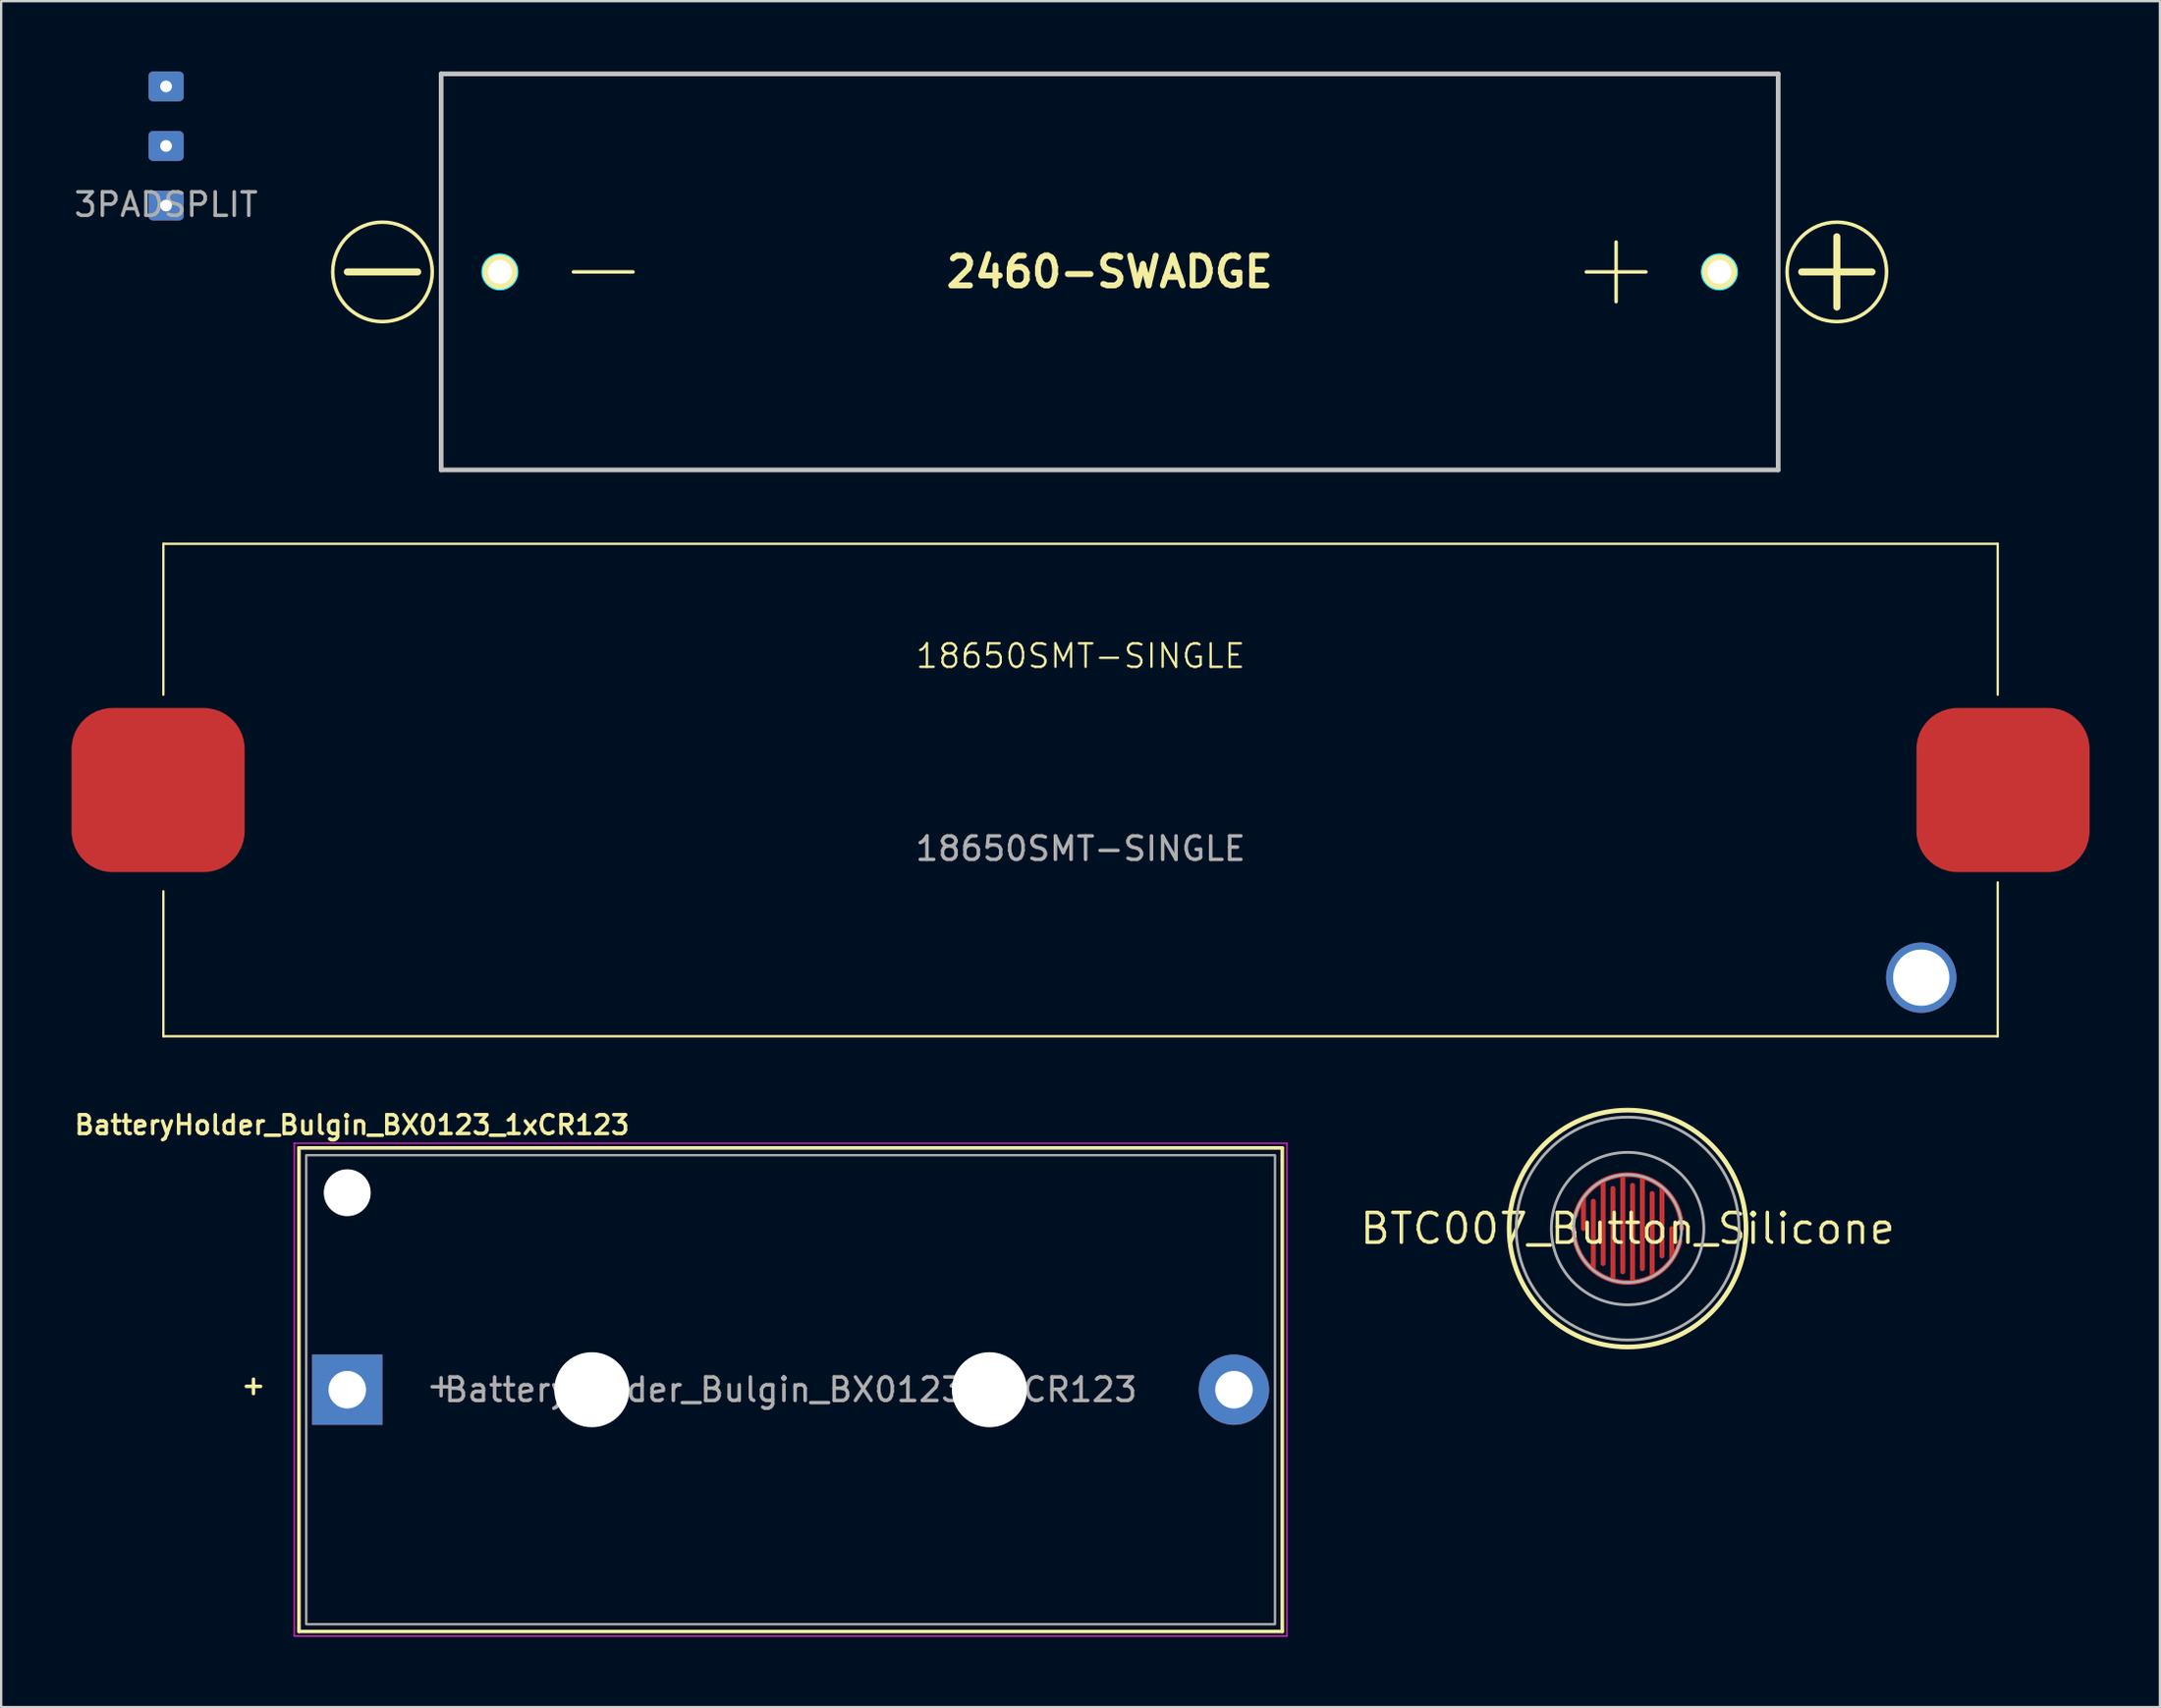
<source format=kicad_pcb>
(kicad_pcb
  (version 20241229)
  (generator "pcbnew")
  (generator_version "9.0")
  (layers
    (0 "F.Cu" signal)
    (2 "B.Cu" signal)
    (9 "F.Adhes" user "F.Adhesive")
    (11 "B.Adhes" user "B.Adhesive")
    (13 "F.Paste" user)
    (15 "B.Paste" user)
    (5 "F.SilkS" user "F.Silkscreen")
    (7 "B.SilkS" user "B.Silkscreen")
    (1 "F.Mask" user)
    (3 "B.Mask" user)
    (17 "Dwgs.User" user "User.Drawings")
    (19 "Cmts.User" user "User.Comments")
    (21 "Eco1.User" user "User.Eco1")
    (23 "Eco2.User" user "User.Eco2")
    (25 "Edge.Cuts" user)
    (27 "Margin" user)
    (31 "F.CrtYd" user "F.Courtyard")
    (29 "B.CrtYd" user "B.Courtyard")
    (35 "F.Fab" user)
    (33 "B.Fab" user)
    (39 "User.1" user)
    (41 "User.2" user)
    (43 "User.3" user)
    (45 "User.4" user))
  (footprint "18650SMT-SINGLE"
    (layer "F.Cu")
    (at 43.015 30.64)
    (property "Reference" "18650SMT-SINGLE" (at 0 -5.715 0) (unlocked yes) (layer "F.SilkS") (effects (font (size 1 1) (thickness 0.1))))
    (attr smd)
    (fp_line (start -39.1 -10.5) (end -39.1 -4.064) (stroke (width 0.1) (type default)) (layer "F.SilkS"))
    (fp_line (start -39.1 -10.5) (end 39.1 -10.5) (stroke (width 0.1) (type default)) (layer "F.SilkS"))
    (fp_line (start -39.1 10.5) (end -39.1 4.318) (stroke (width 0.1) (type default)) (layer "F.SilkS"))
    (fp_line (start -39.1 10.5) (end 39.1 10.5) (stroke (width 0.1) (type default)) (layer "F.SilkS"))
    (fp_line (start 39.1 -10.5) (end 39.1 -4.064) (stroke (width 0.1) (type default)) (layer "F.SilkS"))
    (fp_line (start 39.1 10.5) (end 39.1 3.937) (stroke (width 0.1) (type default)) (layer "F.SilkS"))
    (fp_text user "${REFERENCE}" (at 0 2.5 0) (unlocked yes) (layer "F.Fab") (effects (font (size 1 1) (thickness 0.15))))
    (pad "" np_thru_hole circle (at 35.84 8) (size 3 3) (drill 2.4) (layers "*.Cu" "*.Mask"))
    (pad "1" smd roundrect (at 39.325 0) (size 7.38 7) (layers "F.Cu" "F.Mask" "F.Paste") (roundrect_rratio 0.25))
    (pad "2" smd roundrect (at -39.325 0) (size 7.38 7) (layers "F.Cu" "F.Mask" "F.Paste") (roundrect_rratio 0.25)))
  (footprint "2460-SWADGE"
    (layer "F.Cu")
    (at 44.256 8.545)
    (property "Reference" "2460-SWADGE" (at 0 0 0) (layer "F.SilkS") (effects (font (size 1.27 1.27) (thickness 0.254))))
    (attr through_hole)
    (fp_line (start -32.5 0) (end -29.5 0) (stroke (width 0.3) (type solid)) (layer "F.SilkS"))
    (fp_line (start -28.5 -8.445) (end 28.5 -8.445) (stroke (width 0.1) (type solid)) (layer "F.SilkS"))
    (fp_line (start -28.5 8.445) (end -28.5 -8.445) (stroke (width 0.1) (type solid)) (layer "F.SilkS"))
    (fp_line (start -22.86 0) (end -20.32 0) (stroke (width 0.15) (type solid)) (layer "F.SilkS"))
    (fp_line (start 20.32 0) (end 22.86 0) (stroke (width 0.15) (type solid)) (layer "F.SilkS"))
    (fp_line (start 21.59 -1.27) (end 21.59 1.27) (stroke (width 0.15) (type solid)) (layer "F.SilkS"))
    (fp_line (start 28.5 -8.445) (end 28.5 8.445) (stroke (width 0.1) (type solid)) (layer "F.SilkS"))
    (fp_line (start 28.5 8.445) (end -28.5 8.445) (stroke (width 0.1) (type solid)) (layer "F.SilkS"))
    (fp_line (start 29.5 0) (end 32.5 0) (stroke (width 0.3) (type solid)) (layer "F.SilkS"))
    (fp_line (start 31 -1.5) (end 31 1.5) (stroke (width 0.3) (type solid)) (layer "F.SilkS"))
    (fp_circle (center -31 0) (end -28.879 0) (stroke (width 0.15) (type solid)) (fill no) (layer "F.SilkS"))
    (fp_circle (center 31 0) (end 33.121 0) (stroke (width 0.15) (type solid)) (fill no) (layer "F.SilkS"))
    (fp_line (start -28.5 -8.445) (end 28.5 -8.445) (stroke (width 0.2) (type solid)) (layer "Dwgs.User"))
    (fp_line (start -28.5 8.445) (end -28.5 -8.445) (stroke (width 0.2) (type solid)) (layer "Dwgs.User"))
    (fp_line (start 28.5 -8.445) (end 28.5 8.445) (stroke (width 0.2) (type solid)) (layer "Dwgs.User"))
    (fp_line (start 28.5 8.445) (end -28.5 8.445) (stroke (width 0.2) (type solid)) (layer "Dwgs.User"))
    (fp_circle (center -25.995 0) (end -25.23 0) (stroke (width 0.05) (type default)) (fill no) (layer "B.CrtYd"))
    (fp_circle (center 25.995 0) (end 26.76 0) (stroke (width 0.05) (type default)) (fill no) (layer "B.CrtYd"))
    (fp_rect (start -28.5 -8.445) (end 28.5 8.445) (stroke (width 0.05) (type default)) (fill no) (layer "F.CrtYd"))
    (pad "1" thru_hole circle (at 25.995 0 90) (size 1.53 1.53) (drill 1.02) (layers "*.Cu" "*.Mask" "F.SilkS"))
    (pad "2" thru_hole circle (at -25.995 0 90) (size 1.53 1.53) (drill 1.02) (layers "*.Cu" "*.Mask" "F.SilkS")))
  (footprint "BTC007_Button_Silicone"
    (layer "F.Cu")
    (at 66.337 49.34)
    (property "Reference" "BTC007_Button_Silicone" (at 0 0 0) (layer "F.SilkS") (effects (font (size 1.27 1.27) (thickness 0.15))))
    (attr through_hole)
    (fp_circle (center 0 0) (end 2.35 0) (stroke (width 0.12) (type solid)) (fill yes) (layer "F.Mask"))
    (fp_circle (center 0 0) (end 5.05 0) (stroke (width 0.2) (type solid)) (fill no) (layer "F.SilkS"))
    (fp_circle (center 0 0) (end 2.3 0) (stroke (width 0.12) (type solid)) (fill no) (layer "F.Fab"))
    (fp_circle (center 0 0) (end 3.25 0) (stroke (width 0.12) (type solid)) (fill no) (layer "F.Fab"))
    (fp_circle (center 0 0) (end 4.75 0) (stroke (width 0.12) (type solid)) (fill no) (layer "F.Fab"))
    (pad "1" smd custom (at 0 -2.3) (size 0.2 0.2) (layers "F.Cu") (options (anchor circle)) (primitives (gr_line (start 2.3 2.298) (end 2.288 2.069) (width 0.21)) (gr_line (start 2.288 2.069) (end 2.254 1.841) (width 0.21)) (gr_line (start 2.254 1.841) (end 2.197 1.619) (width 0.21)) (gr_line (start 2.197 1.619) (end 2.118 1.403) (width 0.21)) (gr_line (start 2.118 1.403) (end 2.018 1.196) (width 0.21)) (gr_line (start 2.018 1.196) (end 1.897 1) (width 0.21)) (gr_line (start 1.897 1) (end 1.758 0.817) (width 0.21)) (gr_line (start 1.758 0.817) (end 1.601 0.649) (width 0.21)) (gr_line (start 1.601 0.649) (end 1.428 0.497) (width 0.21)) (gr_line (start 1.428 0.497) (end 1.241 0.364) (width 0.21)) (gr_line (start 1.241 0.364) (end 1.042 0.249) (width 0.21)) (gr_line (start 1.042 0.249) (end 0.832 0.156) (width 0.21)) (gr_line (start 0.832 0.156) (end 0.613 0.083) (width 0.21)) (gr_line (start 0.613 0.083) (end 0.389 0.033) (width 0.21)) (gr_line (start 0.389 0.033) (end 0.161 0.006) (width 0.21)) (gr_line (start 0.161 0.006) (end -0.069 0.001) (width 0.21)) (gr_line (start -0.069 0.001) (end -0.298 0.019) (width 0.21)) (gr_line (start -0.298 0.019) (end -0.524 0.061) (width 0.21)) (gr_line (start -0.524 0.061) (end -0.745 0.124) (width 0.21)) (gr_line (start -0.745 0.124) (end -0.959 0.209) (width 0.21)) (gr_line (start -0.959 0.209) (end -1.163 0.316) (width 0.21)) (gr_line (start -1.163 0.316) (end -1.355 0.442) (width 0.21)) (gr_line (start -1.355 0.442) (end -1.534 0.586) (width 0.21)) (gr_line (start -1.534 0.586) (end -1.697 0.748) (width 0.21)) (gr_line (start -1.697 0.748) (end -1.844 0.925) (width 0.21)) (gr_line (start -1.844 0.925) (end -1.972 1.116) (width 0.21)) (gr_line (start -1.972 1.116) (end -2.08 1.319) (width 0.21)) (gr_line (start -2.08 1.319) (end -2.168 1.531) (width 0.21)) (gr_line (start -2.168 1.531) (end -2.234 1.752) (width 0.21)) (gr_line (start 1.464 0.526) (end 1.464 3.468) (width 0.21)) (gr_line (start 0.627 0.087) (end 0.627 4.012) (width 0.21)) (gr_line (start -0.209 0.01) (end -0.209 4.144) (width 0.21)) (gr_line (start -1.045 0.251) (end -1.045 3.795) (width 0.21)) (gr_line (start -1.882 0.978) (end -1.882 2.3) (width 0.21))))
    (pad "2" smd custom (at 0 2.3) (size 0.2 0.2) (layers "F.Cu") (options (anchor circle)) (primitives (gr_line (start -2.3 -2.298) (end -2.288 -2.069) (width 0.21)) (gr_line (start -2.288 -2.069) (end -2.254 -1.841) (width 0.21)) (gr_line (start -2.254 -1.841) (end -2.197 -1.619) (width 0.21)) (gr_line (start -2.197 -1.619) (end -2.118 -1.403) (width 0.21)) (gr_line (start -2.118 -1.403) (end -2.018 -1.196) (width 0.21)) (gr_line (start -2.018 -1.196) (end -1.897 -1) (width 0.21)) (gr_line (start -1.897 -1) (end -1.758 -0.817) (width 0.21)) (gr_line (start -1.758 -0.817) (end -1.601 -0.649) (width 0.21)) (gr_line (start -1.601 -0.649) (end -1.428 -0.497) (width 0.21)) (gr_line (start -1.428 -0.497) (end -1.241 -0.364) (width 0.21)) (gr_line (start -1.241 -0.364) (end -1.042 -0.249) (width 0.21)) (gr_line (start -1.042 -0.249) (end -0.832 -0.156) (width 0.21)) (gr_line (start -0.832 -0.156) (end -0.613 -0.083) (width 0.21)) (gr_line (start -0.613 -0.083) (end -0.389 -0.033) (width 0.21)) (gr_line (start -0.389 -0.033) (end -0.161 -0.006) (width 0.21)) (gr_line (start -0.161 -0.006) (end 0.069 -0.001) (width 0.21)) (gr_line (start 0.069 -0.001) (end 0.298 -0.019) (width 0.21)) (gr_line (start 0.298 -0.019) (end 0.524 -0.061) (width 0.21)) (gr_line (start 0.524 -0.061) (end 0.745 -0.124) (width 0.21)) (gr_line (start 0.745 -0.124) (end 0.959 -0.209) (width 0.21)) (gr_line (start 0.959 -0.209) (end 1.163 -0.316) (width 0.21)) (gr_line (start 1.163 -0.316) (end 1.355 -0.442) (width 0.21)) (gr_line (start 1.355 -0.442) (end 1.534 -0.586) (width 0.21)) (gr_line (start 1.534 -0.586) (end 1.697 -0.748) (width 0.21)) (gr_line (start 1.697 -0.748) (end 1.844 -0.925) (width 0.21)) (gr_line (start 1.844 -0.925) (end 1.972 -1.116) (width 0.21)) (gr_line (start 1.972 -1.116) (end 2.08 -1.319) (width 0.21)) (gr_line (start 2.08 -1.319) (end 2.168 -1.531) (width 0.21)) (gr_line (start 2.168 -1.531) (end 2.234 -1.752) (width 0.21)) (gr_line (start -1.464 -0.526) (end -1.464 -3.468) (width 0.21)) (gr_line (start -0.627 -0.087) (end -0.627 -4.012) (width 0.21)) (gr_line (start 0.209 -0.01) (end 0.209 -4.144) (width 0.21)) (gr_line (start 1.045 -0.251) (end 1.045 -3.795) (width 0.21)) (gr_line (start 1.882 -0.978) (end 1.882 -2.3) (width 0.21))))
    (zone (net_name "") (layer "F.Cu") (hatch edge 0.5) (connect_pads) (min_thickness 0.25) (filled_areas_thickness no) (keepout (tracks allowed) (vias allowed) (pads allowed) (copperpour not_allowed) (footprints allowed)) (placement (enabled no)) (fill) (polygon (pts (xy 63.217 50.27) (xy 63.097 49.06) (xy 63.337 48.08) (xy 63.737 47.38) (xy 64.147 46.9) (xy 64.837 46.45) (xy 65.657 46.15) (xy 66.287 46.11) (xy 67.007 46.16) (xy 67.797 46.42) (xy 68.317 46.74) (xy 68.867 47.28) (xy 69.297 47.92) (xy 69.557 48.78) (xy 69.567 49.81) (xy 69.297 50.78) (xy 68.777 51.54) (xy 67.947 52.17) (xy 67.087 52.52) (xy 66.307 52.6) (xy 65.517 52.49) (xy 64.757 52.18) (xy 64.177 51.78) (xy 63.607 51.11)))))
  (footprint "3PADSPLIT"
    (layer "F.Cu")
    (at 4.03 3.175)
    (property "Reference" "3PADSPLIT" (at 0 -0.5 0) (unlocked yes) (layer "User.4") (effects (font (size 1 1) (thickness 0.1))))
    (attr smd)
    (fp_text user "${REFERENCE}" (at 0 2.5 0) (unlocked yes) (layer "F.Fab") (effects (font (size 1 1) (thickness 0.15))))
    (pad "1" thru_hole roundrect (at 0 -2.54) (size 1.5 1.27) (drill 0.5) (layers "*.Cu" "*.Mask") (roundrect_rratio 0.15))
    (pad "2" thru_hole roundrect (at 0 0) (size 1.5 1.27) (drill 0.5) (layers "*.Cu" "*.Mask") (roundrect_rratio 0.15))
    (pad "3" thru_hole roundrect (at 0 2.54) (size 1.5 1.27) (drill 0.5) (layers "*.Cu" "*.Mask") (roundrect_rratio 0.15)))
  (footprint "BatteryHolder_Bulgin_BX0123_1xCR123"
    (layer "F.Cu")
    (at 11.755 56.211)
    (property "Reference" "BatteryHolder_Bulgin_BX0123_1xCR123" (at 0.2 -11.29 0) (unlocked yes) (layer "F.SilkS") (effects (font (size 0.8 0.8) (thickness 0.15))))
    (attr through_hole)
    (fp_line (start -2.06 -10.31) (end -2.06 10.31) (stroke (width 0.15) (type solid)) (layer "F.SilkS"))
    (fp_line (start -2.06 -10.31) (end 39.86 -10.31) (stroke (width 0.15) (type solid)) (layer "F.SilkS"))
    (fp_line (start -2.06 10.31) (end 39.86 10.31) (stroke (width 0.15) (type solid)) (layer "F.SilkS"))
    (fp_line (start 39.86 -10.31) (end 39.86 10.31) (stroke (width 0.15) (type solid)) (layer "F.SilkS"))
    (fp_line (start -2.26 -10.51) (end -2.26 10.51) (stroke (width 0.05) (type solid)) (layer "F.CrtYd"))
    (fp_line (start -2.26 10.51) (end 40.06 10.51) (stroke (width 0.05) (type solid)) (layer "F.CrtYd"))
    (fp_line (start 40.06 -10.51) (end -2.26 -10.51) (stroke (width 0.05) (type solid)) (layer "F.CrtYd"))
    (fp_line (start 40.06 10.51) (end 40.06 -10.51) (stroke (width 0.05) (type solid)) (layer "F.CrtYd"))
    (fp_rect (start -1.75 -10) (end 39.55 10) (stroke (width 0.1) (type solid)) (fill no) (layer "F.Fab"))
    (fp_text user "+" (at -4 -0.2 0) (unlocked yes) (layer "F.SilkS") (effects (font (size 0.8 0.8) (thickness 0.15))))
    (fp_text user "+" (at 4 -0.2 0) (unlocked yes) (layer "F.Fab") (effects (font (size 1 1) (thickness 0.15))))
    (fp_text user "${REFERENCE}" (at 18.9 0 0) (unlocked yes) (layer "F.Fab") (effects (font (size 1 1) (thickness 0.15))))
    (pad "" np_thru_hole circle (at 0 -8.4) (size 2 2) (drill 2) (layers "*.Cu" "*.Mask"))
    (pad "" np_thru_hole circle (at 10.425 0) (size 3.2 3.2) (drill 3.2) (layers "*.Cu" "*.Mask"))
    (pad "" np_thru_hole circle (at 27.375 0) (size 3.2 3.2) (drill 3.2) (layers "*.Cu" "*.Mask"))
    (pad "1" thru_hole rect (at 0 0) (size 3 3) (drill 1.6) (layers "*.Cu" "*.Mask"))
    (pad "2" thru_hole circle (at 37.8 0) (size 3 3) (drill 1.6) (layers "*.Cu" "*.Mask")))
  (gr_rect
    (start -3 -3)
    (end 89.03 69.746)
    (stroke (width 0.1) (type default))
    (fill no)
    (layer "Edge.Cuts")))
</source>
